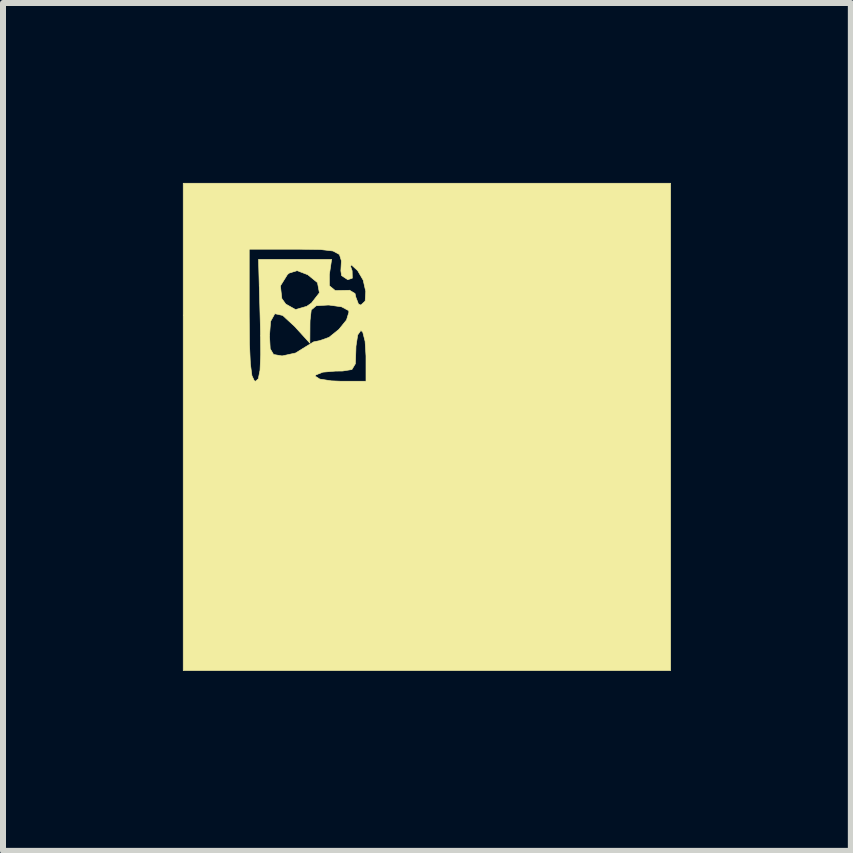
<source format=kicad_pcb>
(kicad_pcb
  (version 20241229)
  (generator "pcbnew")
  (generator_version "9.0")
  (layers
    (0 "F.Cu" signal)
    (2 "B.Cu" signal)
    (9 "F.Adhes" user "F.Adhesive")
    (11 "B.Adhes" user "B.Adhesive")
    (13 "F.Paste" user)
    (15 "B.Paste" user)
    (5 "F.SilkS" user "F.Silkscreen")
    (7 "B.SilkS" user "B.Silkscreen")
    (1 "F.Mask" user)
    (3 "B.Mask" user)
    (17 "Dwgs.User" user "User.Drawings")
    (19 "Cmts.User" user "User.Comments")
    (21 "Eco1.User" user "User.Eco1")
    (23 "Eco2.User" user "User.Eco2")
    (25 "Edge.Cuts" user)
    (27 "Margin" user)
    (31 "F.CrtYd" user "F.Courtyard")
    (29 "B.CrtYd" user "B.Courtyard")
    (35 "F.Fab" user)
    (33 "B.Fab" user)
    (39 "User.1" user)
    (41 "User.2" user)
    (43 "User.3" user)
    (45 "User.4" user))
  (footprint "logo"
    (layer "F.Cu")
    (at 4.069 4.069)
    (property "Reference" "logo" (at 0 0 0) (layer "F.SilkS") (effects (font (size 1.524 1.524) (thickness 0.3))))
    (attr through_hole)
    (fp_poly (pts (xy 4.064 4.064) (xy -4.064 4.064) (xy -4.064 -2.963) (xy -2.963 -2.963) (xy -2.963 -1.863) (xy -2.959 -1.383) (xy -2.944 -1.054) (xy -2.918 -0.855) (xy -2.878 -0.769) (xy -2.857 -0.762) (xy -2.811 -0.804) (xy -2.803 -0.847) (xy -1.863 -0.847) (xy -1.787 -0.798) (xy -1.592 -0.768) (xy -1.439 -0.762) (xy -1.016 -0.762) (xy -1.016 -1.185) (xy -1.031 -1.427) (xy -1.07 -1.58) (xy -1.101 -1.609) (xy -1.154 -1.534) (xy -1.183 -1.346) (xy -1.185 -1.27) (xy -1.193 -1.053) (xy -1.251 -0.957) (xy -1.405 -0.932) (xy -1.524 -0.931) (xy -1.736 -0.913) (xy -1.854 -0.866) (xy -1.863 -0.847) (xy -2.803 -0.847) (xy -2.783 -0.946) (xy -2.772 -1.208) (xy -2.775 -1.519) (xy -2.625 -1.519) (xy -2.613 -1.303) (xy -2.557 -1.208) (xy -2.425 -1.185) (xy -2.407 -1.185) (xy -2.189 -1.233) (xy -2.062 -1.312) (xy -1.89 -1.418) (xy -1.787 -1.439) (xy -1.632 -1.494) (xy -1.468 -1.626) (xy -1.341 -1.783) (xy -1.3 -1.917) (xy -1.308 -1.941) (xy -1.424 -2.003) (xy -1.631 -2.032) (xy -1.656 -2.032) (xy -1.847 -2.02) (xy -1.929 -1.95) (xy -1.949 -1.773) (xy -1.95 -1.714) (xy -1.952 -1.397) (xy -2.206 -1.676) (xy -2.405 -1.859) (xy -2.536 -1.888) (xy -2.607 -1.76) (xy -2.625 -1.519) (xy -2.775 -1.519) (xy -2.776 -1.612) (xy -2.78 -1.778) (xy -2.796 -2.352) (xy -2.443 -2.352) (xy -2.419 -2.14) (xy -2.354 -2.049) (xy -2.191 -1.957) (xy -2.004 -2.011) (xy -1.926 -2.065) (xy -1.793 -2.236) (xy -1.825 -2.406) (xy -1.987 -2.538) (xy -2.165 -2.606) (xy -2.296 -2.565) (xy -2.325 -2.542) (xy -2.443 -2.352) (xy -2.796 -2.352) (xy -2.808 -2.794) (xy -1.589 -2.794) (xy -1.627 -2.54) (xy -1.626 -2.354) (xy -1.529 -2.274) (xy -1.306 -2.278) (xy -1.291 -2.28) (xy -1.199 -2.225) (xy -1.185 -2.163) (xy -1.141 -2.048) (xy -1.101 -2.032) (xy -1.03 -2.099) (xy -1.02 -2.259) (xy -1.063 -2.448) (xy -1.154 -2.604) (xy -1.159 -2.61) (xy -1.262 -2.704) (xy -1.272 -2.675) (xy -1.247 -2.603) (xy -1.244 -2.48) (xy -1.32 -2.455) (xy -1.423 -2.523) (xy -1.435 -2.603) (xy -1.426 -2.77) (xy -1.459 -2.875) (xy -1.565 -2.933) (xy -1.774 -2.958) (xy -2.117 -2.963) (xy -2.201 -2.963) (xy -2.963 -2.963) (xy -4.064 -2.963) (xy -4.064 -4.064) (xy 4.064 -4.064) (xy 4.064 4.064)) (stroke (width 0.01) (type solid)) (fill yes) (layer "F.SilkS")))
  (gr_rect
    (start -3 -3)
    (end 11.138 11.138)
    (stroke (width 0.1) (type default))
    (fill no)
    (layer "Edge.Cuts")))
</source>
